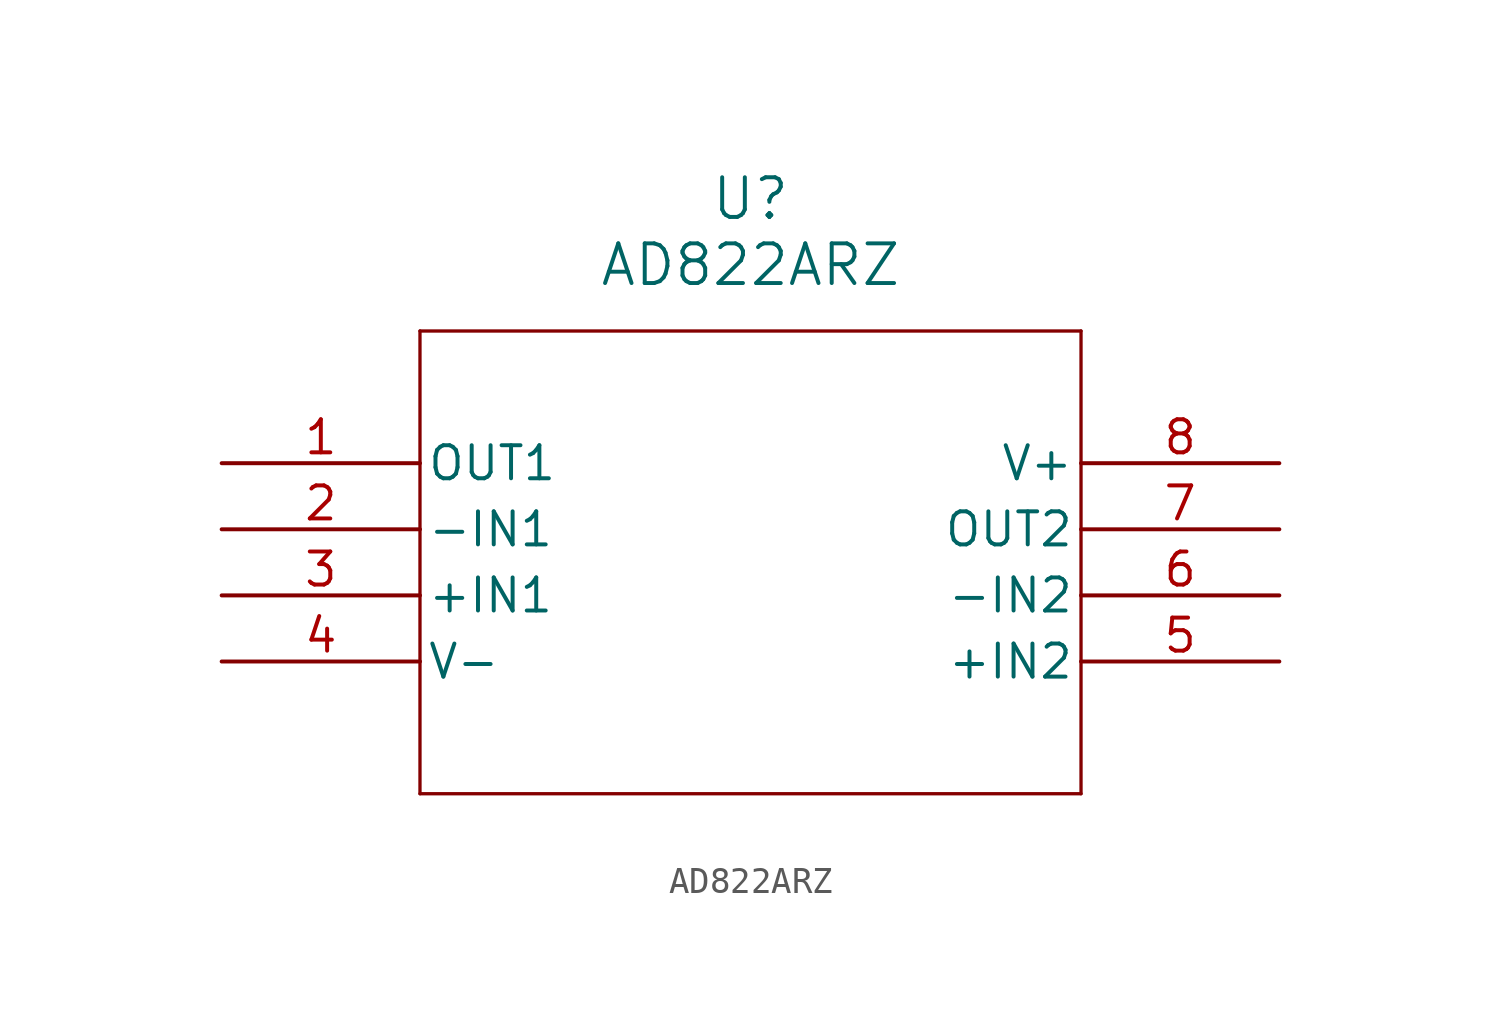
<source format=kicad_sym>
(kicad_symbol_lib
  (version 20211014)
  (generator kicad_symbol_editor)
  (symbol "AD822ARZ"
    (pin_names
      (offset 0.254))
    (property "Reference" "U"
      (at 20.32 10.16 0)
      (effects (font (size 1.524 1.524))))
    (property "Value" "AD822ARZ"
      (at 20.32 7.62 0)
      (effects (font (size 1.524 1.524))))
    (symbol "AD822ARZ_0_1"
      (polyline (pts (xy 7.62 5.08) (xy 7.62 -12.7)) (stroke (width 0.127) (type default) (color 0 0 0 0)) (fill (type none)))
      (polyline (pts (xy 7.62 -12.7) (xy 33.02 -12.7)) (stroke (width 0.127) (type default) (color 0 0 0 0)) (fill (type none)))
      (polyline (pts (xy 33.02 -12.7) (xy 33.02 5.08)) (stroke (width 0.127) (type default) (color 0 0 0 0)) (fill (type none)))
      (polyline (pts (xy 33.02 5.08) (xy 7.62 5.08)) (stroke (width 0.127) (type default) (color 0 0 0 0)) (fill (type none)))
      (pin unspecified line (at 0 0 0) (length 7.62) (name "OUT1" (effects (font (size 1.27 1.27)))) (number "1" (effects (font (size 1.27 1.27)))))
      (pin unspecified line (at 0 -2.54 0) (length 7.62) (name "-IN1" (effects (font (size 1.27 1.27)))) (number "2" (effects (font (size 1.27 1.27)))))
      (pin unspecified line (at 0 -5.08 0) (length 7.62) (name "+IN1" (effects (font (size 1.27 1.27)))) (number "3" (effects (font (size 1.27 1.27)))))
      (pin power_in line (at 0 -7.62 0) (length 7.62) (name "V-" (effects (font (size 1.27 1.27)))) (number "4" (effects (font (size 1.27 1.27)))))
      (pin unspecified line (at 40.64 -7.62 180) (length 7.62) (name "+IN2" (effects (font (size 1.27 1.27)))) (number "5" (effects (font (size 1.27 1.27)))))
      (pin unspecified line (at 40.64 -5.08 180) (length 7.62) (name "-IN2" (effects (font (size 1.27 1.27)))) (number "6" (effects (font (size 1.27 1.27)))))
      (pin unspecified line (at 40.64 -2.54 180) (length 7.62) (name "OUT2" (effects (font (size 1.27 1.27)))) (number "7" (effects (font (size 1.27 1.27)))))
      (pin power_in line (at 40.64 0 180) (length 7.62) (name "V+" (effects (font (size 1.27 1.27)))) (number "8" (effects (font (size 1.27 1.27))))))))
</source>
